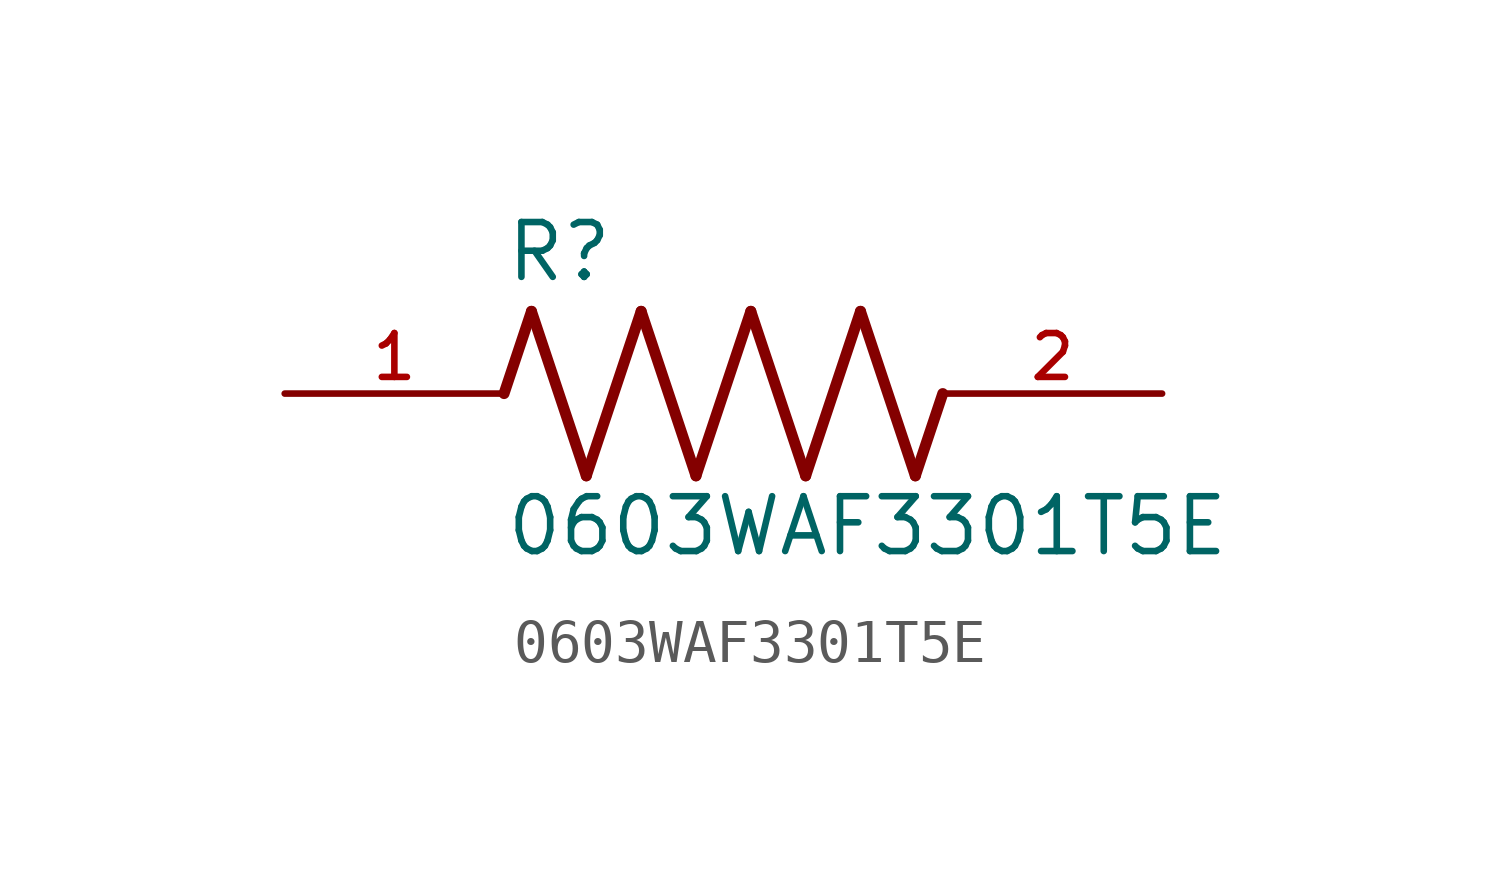
<source format=kicad_sym>
(kicad_symbol_lib
  (version 20211014)
  (generator kicad_symbol_editor)
  (symbol "0603WAF3301T5E"
    (pin_names
      (offset 1.016))
    (property "Reference" "R"
      (at -5.08 2.54 0)
      (effects (font (size 1.27 1.27)) (justify bottom left)))
    (property "Value" "0603WAF3301T5E"
      (at -5.08 -3.81 0)
      (effects (font (size 1.27 1.27)) (justify bottom left)))
    (symbol "0603WAF3301T5E_0_0"
      (polyline (pts (xy -5.08 0.0) (xy -4.445 1.905)) (stroke (width 0.254)))
      (polyline (pts (xy -4.445 1.905) (xy -3.175 -1.905)) (stroke (width 0.254)))
      (polyline (pts (xy -3.175 -1.905) (xy -1.905 1.905)) (stroke (width 0.254)))
      (polyline (pts (xy -1.905 1.905) (xy -0.635 -1.905)) (stroke (width 0.254)))
      (polyline (pts (xy -0.635 -1.905) (xy 0.635 1.905)) (stroke (width 0.254)))
      (polyline (pts (xy 0.635 1.905) (xy 1.905 -1.905)) (stroke (width 0.254)))
      (polyline (pts (xy 1.905 -1.905) (xy 3.175 1.905)) (stroke (width 0.254)))
      (polyline (pts (xy 3.175 1.905) (xy 4.445 -1.905)) (stroke (width 0.254)))
      (polyline (pts (xy 4.445 -1.905) (xy 5.08 0.0)) (stroke (width 0.254)))
      (pin passive line (at -10.16 0.0 0) (length 5.08) (name "~" (effects (font (size 1.016 1.016)))) (number "1" (effects (font (size 1.016 1.016)))))
      (pin passive line (at 10.16 0.0 180.0) (length 5.08) (name "~" (effects (font (size 1.016 1.016)))) (number "2" (effects (font (size 1.016 1.016))))))))
</source>
